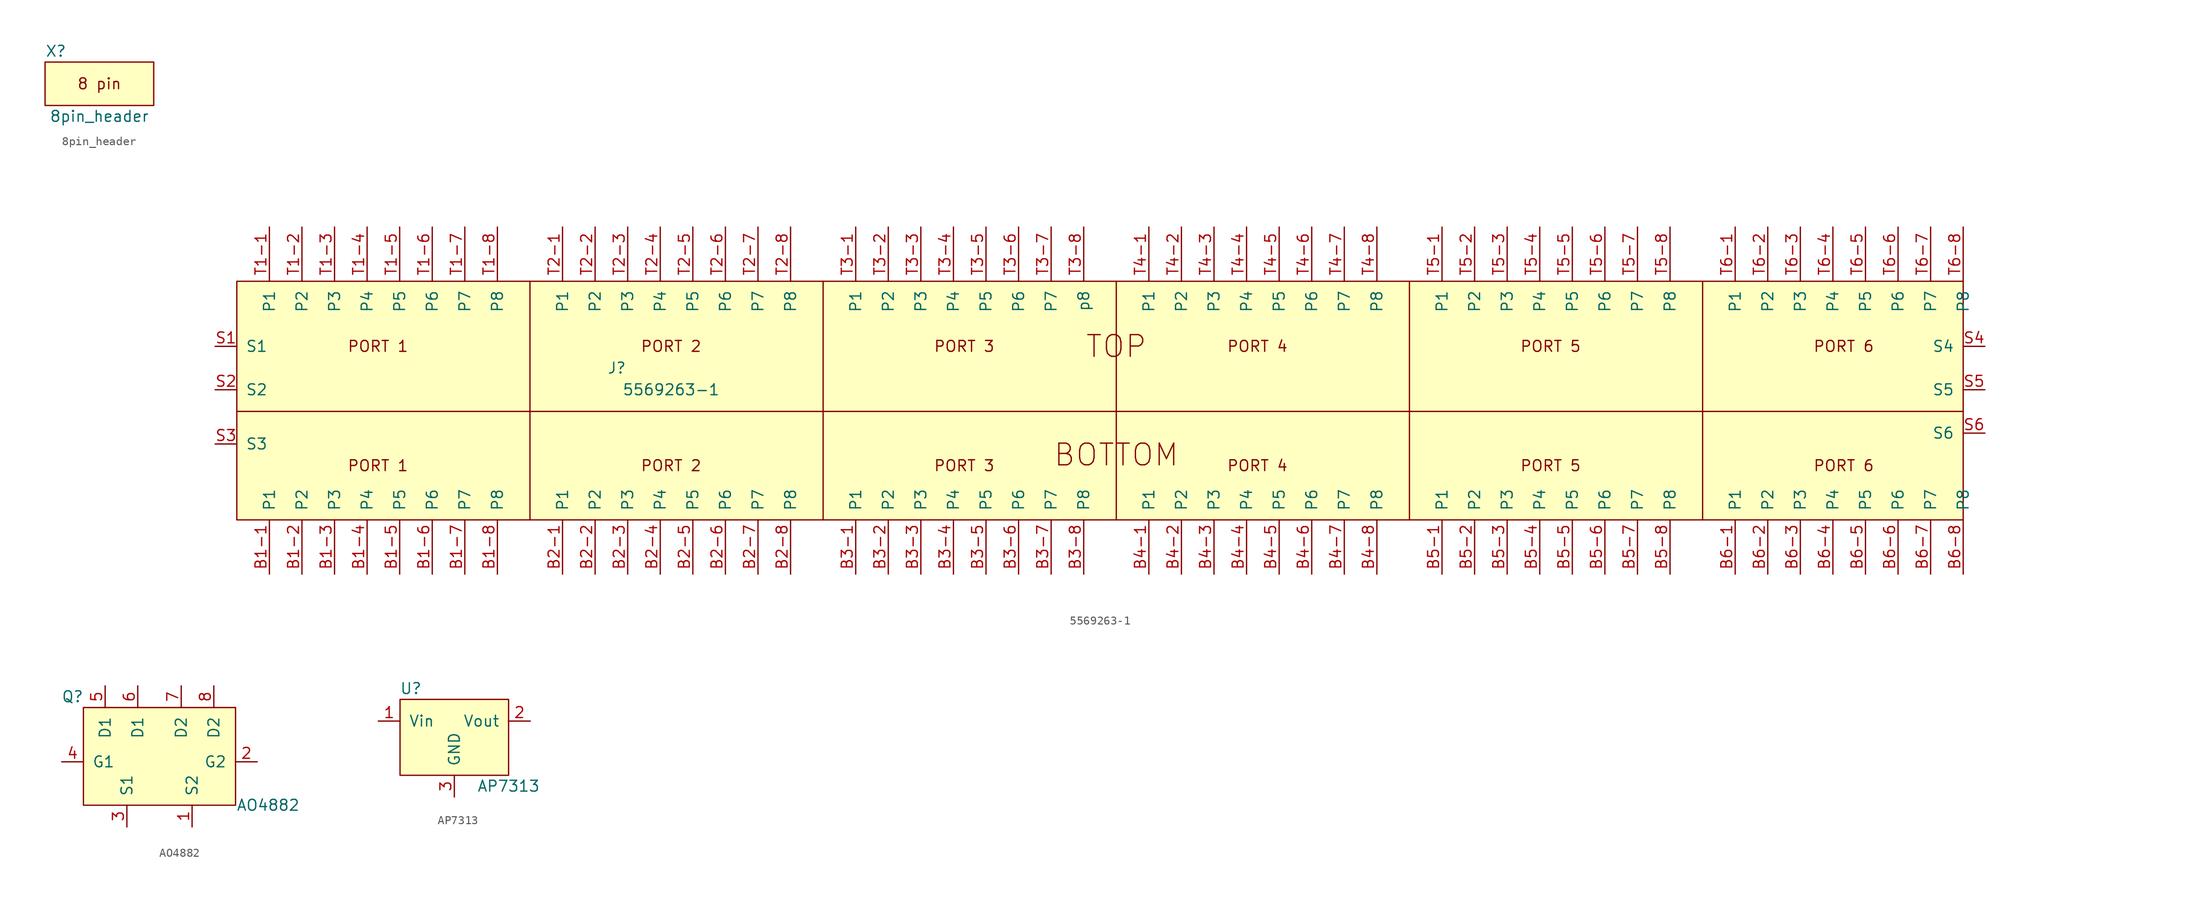
<source format=kicad_sym>
(kicad_symbol_lib
  (version 20220914)
  (generator kicad_symbol_editor)
  (symbol "8pin_header"
    (pin_names
      (offset 1.016))
    (property "Reference" "X"
      (at -5.08 3.81 0)
      (effects (font (size 1.27 1.27))))
    (property "Value" "8pin_header"
      (at 0 -3.81 0)
      (effects (font (size 1.27 1.27))))
    (symbol "8pin_header_0_0"
      (text "8 pin" (at 0 0 0) (effects (font (size 1.27 1.27)))))
    (symbol "8pin_header_0_1"
      (rectangle (start -6.35 -2.54) (end 6.35 2.54) (stroke (width 0) (type default)) (fill (type background)))))
  (symbol "5569263-1"
    (pin_names
      (offset 1.016))
    (property "Reference" "J"
      (at -58.42 5.08 0)
      (effects (font (size 1.27 1.27))))
    (property "Value" "5569263-1"
      (at -52.07 2.54 0)
      (effects (font (size 1.27 1.27))))
    (symbol "5569263-1_0_0"
      (text "BOTTOM" (at 0 -5.08 0) (effects (font (size 2.54 2.54))))
      (text "PORT 1" (at -86.36 -6.35 0) (effects (font (size 1.27 1.27))))
      (text "PORT 1" (at -86.36 7.62 0) (effects (font (size 1.27 1.27))))
      (text "TOP" (at 0 7.62 0) (effects (font (size 2.54 2.54)))))
    (symbol "5569263-1_0_1"
      (rectangle (start -102.87 -12.7) (end 99.06 15.24) (stroke (width 0) (type default)) (fill (type background)))
      (polyline (pts (xy -102.87 0) (xy 99.06 0)) (stroke (width 0) (type default)) (fill (type none)))
      (polyline (pts (xy -68.58 15.24) (xy -68.58 -12.7)) (stroke (width 0) (type default)) (fill (type none)))
      (polyline (pts (xy -34.29 -12.7) (xy -34.29 15.24)) (stroke (width 0) (type default)) (fill (type none)))
      (polyline (pts (xy 0 15.24) (xy 0 -12.7)) (stroke (width 0) (type default)) (fill (type none)))
      (polyline (pts (xy 34.29 -12.7) (xy 34.29 15.24)) (stroke (width 0) (type default)) (fill (type none)))
      (polyline (pts (xy 68.58 15.24) (xy 68.58 -12.7)) (stroke (width 0) (type default)) (fill (type none))))
    (symbol "5569263-1_1_1"
      (text "PORT 2" (at -52.07 -6.35 0) (effects (font (size 1.27 1.27))))
      (text "PORT 2" (at -52.07 7.62 0) (effects (font (size 1.27 1.27))))
      (text "PORT 3" (at -17.78 -6.35 0) (effects (font (size 1.27 1.27))))
      (text "PORT 3" (at -17.78 7.62 0) (effects (font (size 1.27 1.27))))
      (text "PORT 4" (at 16.51 -6.35 0) (effects (font (size 1.27 1.27))))
      (text "PORT 4" (at 16.51 7.62 0) (effects (font (size 1.27 1.27))))
      (text "PORT 5" (at 50.8 -6.35 0) (effects (font (size 1.27 1.27))))
      (text "PORT 5" (at 50.8 7.62 0) (effects (font (size 1.27 1.27))))
      (text "PORT 6" (at 85.09 -6.35 0) (effects (font (size 1.27 1.27))))
      (text "PORT 6" (at 85.09 7.62 0) (effects (font (size 1.27 1.27))))
      (pin bidirectional line (at -99.06 -19.05 90) (length 6.35) (name "P1" (effects (font (size 1.27 1.27)))) (number "B1-1" (effects (font (size 1.27 1.27)))))
      (pin bidirectional line (at -95.25 -19.05 90) (length 6.35) (name "P2" (effects (font (size 1.27 1.27)))) (number "B1-2" (effects (font (size 1.27 1.27)))))
      (pin bidirectional line (at -91.44 -19.05 90) (length 6.35) (name "P3" (effects (font (size 1.27 1.27)))) (number "B1-3" (effects (font (size 1.27 1.27)))))
      (pin bidirectional line (at -87.63 -19.05 90) (length 6.35) (name "P4" (effects (font (size 1.27 1.27)))) (number "B1-4" (effects (font (size 1.27 1.27)))))
      (pin bidirectional line (at -83.82 -19.05 90) (length 6.35) (name "P5" (effects (font (size 1.27 1.27)))) (number "B1-5" (effects (font (size 1.27 1.27)))))
      (pin bidirectional line (at -80.01 -19.05 90) (length 6.35) (name "P6" (effects (font (size 1.27 1.27)))) (number "B1-6" (effects (font (size 1.27 1.27)))))
      (pin bidirectional line (at -76.2 -19.05 90) (length 6.35) (name "P7" (effects (font (size 1.27 1.27)))) (number "B1-7" (effects (font (size 1.27 1.27)))))
      (pin bidirectional line (at -72.39 -19.05 90) (length 6.35) (name "P8" (effects (font (size 1.27 1.27)))) (number "B1-8" (effects (font (size 1.27 1.27)))))
      (pin bidirectional line (at -64.77 -19.05 90) (length 6.35) (name "P1" (effects (font (size 1.27 1.27)))) (number "B2-1" (effects (font (size 1.27 1.27)))))
      (pin bidirectional line (at -60.96 -19.05 90) (length 6.35) (name "P2" (effects (font (size 1.27 1.27)))) (number "B2-2" (effects (font (size 1.27 1.27)))))
      (pin bidirectional line (at -57.15 -19.05 90) (length 6.35) (name "P3" (effects (font (size 1.27 1.27)))) (number "B2-3" (effects (font (size 1.27 1.27)))))
      (pin bidirectional line (at -53.34 -19.05 90) (length 6.35) (name "P4" (effects (font (size 1.27 1.27)))) (number "B2-4" (effects (font (size 1.27 1.27)))))
      (pin bidirectional line (at -49.53 -19.05 90) (length 6.35) (name "P5" (effects (font (size 1.27 1.27)))) (number "B2-5" (effects (font (size 1.27 1.27)))))
      (pin bidirectional line (at -45.72 -19.05 90) (length 6.35) (name "P6" (effects (font (size 1.27 1.27)))) (number "B2-6" (effects (font (size 1.27 1.27)))))
      (pin bidirectional line (at -41.91 -19.05 90) (length 6.35) (name "P7" (effects (font (size 1.27 1.27)))) (number "B2-7" (effects (font (size 1.27 1.27)))))
      (pin bidirectional line (at -38.1 -19.05 90) (length 6.35) (name "P8" (effects (font (size 1.27 1.27)))) (number "B2-8" (effects (font (size 1.27 1.27)))))
      (pin bidirectional line (at -30.48 -19.05 90) (length 6.35) (name "P1" (effects (font (size 1.27 1.27)))) (number "B3-1" (effects (font (size 1.27 1.27)))))
      (pin bidirectional line (at -26.67 -19.05 90) (length 6.35) (name "P2" (effects (font (size 1.27 1.27)))) (number "B3-2" (effects (font (size 1.27 1.27)))))
      (pin bidirectional line (at -22.86 -19.05 90) (length 6.35) (name "P3" (effects (font (size 1.27 1.27)))) (number "B3-3" (effects (font (size 1.27 1.27)))))
      (pin bidirectional line (at -19.05 -19.05 90) (length 6.35) (name "P4" (effects (font (size 1.27 1.27)))) (number "B3-4" (effects (font (size 1.27 1.27)))))
      (pin bidirectional line (at -15.24 -19.05 90) (length 6.35) (name "P5" (effects (font (size 1.27 1.27)))) (number "B3-5" (effects (font (size 1.27 1.27)))))
      (pin bidirectional line (at -11.43 -19.05 90) (length 6.35) (name "P6" (effects (font (size 1.27 1.27)))) (number "B3-6" (effects (font (size 1.27 1.27)))))
      (pin bidirectional line (at -7.62 -19.05 90) (length 6.35) (name "P7" (effects (font (size 1.27 1.27)))) (number "B3-7" (effects (font (size 1.27 1.27)))))
      (pin bidirectional line (at -3.81 -19.05 90) (length 6.35) (name "P8" (effects (font (size 1.27 1.27)))) (number "B3-8" (effects (font (size 1.27 1.27)))))
      (pin bidirectional line (at 3.81 -19.05 90) (length 6.35) (name "P1" (effects (font (size 1.27 1.27)))) (number "B4-1" (effects (font (size 1.27 1.27)))))
      (pin bidirectional line (at 7.62 -19.05 90) (length 6.35) (name "P2" (effects (font (size 1.27 1.27)))) (number "B4-2" (effects (font (size 1.27 1.27)))))
      (pin bidirectional line (at 11.43 -19.05 90) (length 6.35) (name "P3" (effects (font (size 1.27 1.27)))) (number "B4-3" (effects (font (size 1.27 1.27)))))
      (pin bidirectional line (at 15.24 -19.05 90) (length 6.35) (name "P4" (effects (font (size 1.27 1.27)))) (number "B4-4" (effects (font (size 1.27 1.27)))))
      (pin bidirectional line (at 19.05 -19.05 90) (length 6.35) (name "P5" (effects (font (size 1.27 1.27)))) (number "B4-5" (effects (font (size 1.27 1.27)))))
      (pin bidirectional line (at 22.86 -19.05 90) (length 6.35) (name "P6" (effects (font (size 1.27 1.27)))) (number "B4-6" (effects (font (size 1.27 1.27)))))
      (pin bidirectional line (at 26.67 -19.05 90) (length 6.35) (name "P7" (effects (font (size 1.27 1.27)))) (number "B4-7" (effects (font (size 1.27 1.27)))))
      (pin bidirectional line (at 30.48 -19.05 90) (length 6.35) (name "P8" (effects (font (size 1.27 1.27)))) (number "B4-8" (effects (font (size 1.27 1.27)))))
      (pin bidirectional line (at 38.1 -19.05 90) (length 6.35) (name "P1" (effects (font (size 1.27 1.27)))) (number "B5-1" (effects (font (size 1.27 1.27)))))
      (pin bidirectional line (at 41.91 -19.05 90) (length 6.35) (name "P2" (effects (font (size 1.27 1.27)))) (number "B5-2" (effects (font (size 1.27 1.27)))))
      (pin bidirectional line (at 45.72 -19.05 90) (length 6.35) (name "P3" (effects (font (size 1.27 1.27)))) (number "B5-3" (effects (font (size 1.27 1.27)))))
      (pin bidirectional line (at 49.53 -19.05 90) (length 6.35) (name "P4" (effects (font (size 1.27 1.27)))) (number "B5-4" (effects (font (size 1.27 1.27)))))
      (pin bidirectional line (at 53.34 -19.05 90) (length 6.35) (name "P5" (effects (font (size 1.27 1.27)))) (number "B5-5" (effects (font (size 1.27 1.27)))))
      (pin bidirectional line (at 57.15 -19.05 90) (length 6.35) (name "P6" (effects (font (size 1.27 1.27)))) (number "B5-6" (effects (font (size 1.27 1.27)))))
      (pin bidirectional line (at 60.96 -19.05 90) (length 6.35) (name "P7" (effects (font (size 1.27 1.27)))) (number "B5-7" (effects (font (size 1.27 1.27)))))
      (pin bidirectional line (at 64.77 -19.05 90) (length 6.35) (name "P8" (effects (font (size 1.27 1.27)))) (number "B5-8" (effects (font (size 1.27 1.27)))))
      (pin bidirectional line (at 72.39 -19.05 90) (length 6.35) (name "P1" (effects (font (size 1.27 1.27)))) (number "B6-1" (effects (font (size 1.27 1.27)))))
      (pin bidirectional line (at 76.2 -19.05 90) (length 6.35) (name "P2" (effects (font (size 1.27 1.27)))) (number "B6-2" (effects (font (size 1.27 1.27)))))
      (pin bidirectional line (at 80.01 -19.05 90) (length 6.35) (name "P3" (effects (font (size 1.27 1.27)))) (number "B6-3" (effects (font (size 1.27 1.27)))))
      (pin bidirectional line (at 83.82 -19.05 90) (length 6.35) (name "P4" (effects (font (size 1.27 1.27)))) (number "B6-4" (effects (font (size 1.27 1.27)))))
      (pin bidirectional line (at 87.63 -19.05 90) (length 6.35) (name "P5" (effects (font (size 1.27 1.27)))) (number "B6-5" (effects (font (size 1.27 1.27)))))
      (pin bidirectional line (at 91.44 -19.05 90) (length 6.35) (name "P6" (effects (font (size 1.27 1.27)))) (number "B6-6" (effects (font (size 1.27 1.27)))))
      (pin bidirectional line (at 95.25 -19.05 90) (length 6.35) (name "P7" (effects (font (size 1.27 1.27)))) (number "B6-7" (effects (font (size 1.27 1.27)))))
      (pin bidirectional line (at 99.06 -19.05 90) (length 6.35) (name "P8" (effects (font (size 1.27 1.27)))) (number "B6-8" (effects (font (size 1.27 1.27)))))
      (pin bidirectional line (at -105.41 7.62 0) (length 2.54) (name "S1" (effects (font (size 1.27 1.27)))) (number "S1" (effects (font (size 1.27 1.27)))))
      (pin bidirectional line (at -105.41 2.54 0) (length 2.54) (name "S2" (effects (font (size 1.27 1.27)))) (number "S2" (effects (font (size 1.27 1.27)))))
      (pin bidirectional line (at -105.41 -3.81 0) (length 2.54) (name "S3" (effects (font (size 1.27 1.27)))) (number "S3" (effects (font (size 1.27 1.27)))))
      (pin bidirectional line (at 101.6 7.62 180) (length 2.54) (name "S4" (effects (font (size 1.27 1.27)))) (number "S4" (effects (font (size 1.27 1.27)))))
      (pin bidirectional line (at 101.6 2.54 180) (length 2.54) (name "S5" (effects (font (size 1.27 1.27)))) (number "S5" (effects (font (size 1.27 1.27)))))
      (pin bidirectional line (at 101.6 -2.54 180) (length 2.54) (name "S6" (effects (font (size 1.27 1.27)))) (number "S6" (effects (font (size 1.27 1.27)))))
      (pin bidirectional line (at -99.06 21.59 270) (length 6.35) (name "P1" (effects (font (size 1.27 1.27)))) (number "T1-1" (effects (font (size 1.27 1.27)))))
      (pin bidirectional line (at -95.25 21.59 270) (length 6.35) (name "P2" (effects (font (size 1.27 1.27)))) (number "T1-2" (effects (font (size 1.27 1.27)))))
      (pin bidirectional line (at -91.44 21.59 270) (length 6.35) (name "P3" (effects (font (size 1.27 1.27)))) (number "T1-3" (effects (font (size 1.27 1.27)))))
      (pin bidirectional line (at -87.63 21.59 270) (length 6.35) (name "P4" (effects (font (size 1.27 1.27)))) (number "T1-4" (effects (font (size 1.27 1.27)))))
      (pin bidirectional line (at -83.82 21.59 270) (length 6.35) (name "P5" (effects (font (size 1.27 1.27)))) (number "T1-5" (effects (font (size 1.27 1.27)))))
      (pin bidirectional line (at -80.01 21.59 270) (length 6.35) (name "P6" (effects (font (size 1.27 1.27)))) (number "T1-6" (effects (font (size 1.27 1.27)))))
      (pin bidirectional line (at -76.2 21.59 270) (length 6.35) (name "P7" (effects (font (size 1.27 1.27)))) (number "T1-7" (effects (font (size 1.27 1.27)))))
      (pin bidirectional line (at -72.39 21.59 270) (length 6.35) (name "P8" (effects (font (size 1.27 1.27)))) (number "T1-8" (effects (font (size 1.27 1.27)))))
      (pin bidirectional line (at -64.77 21.59 270) (length 6.35) (name "P1" (effects (font (size 1.27 1.27)))) (number "T2-1" (effects (font (size 1.27 1.27)))))
      (pin bidirectional line (at -60.96 21.59 270) (length 6.35) (name "P2" (effects (font (size 1.27 1.27)))) (number "T2-2" (effects (font (size 1.27 1.27)))))
      (pin bidirectional line (at -57.15 21.59 270) (length 6.35) (name "P3" (effects (font (size 1.27 1.27)))) (number "T2-3" (effects (font (size 1.27 1.27)))))
      (pin bidirectional line (at -53.34 21.59 270) (length 6.35) (name "P4" (effects (font (size 1.27 1.27)))) (number "T2-4" (effects (font (size 1.27 1.27)))))
      (pin bidirectional line (at -49.53 21.59 270) (length 6.35) (name "P5" (effects (font (size 1.27 1.27)))) (number "T2-5" (effects (font (size 1.27 1.27)))))
      (pin bidirectional line (at -45.72 21.59 270) (length 6.35) (name "P6" (effects (font (size 1.27 1.27)))) (number "T2-6" (effects (font (size 1.27 1.27)))))
      (pin bidirectional line (at -41.91 21.59 270) (length 6.35) (name "P7" (effects (font (size 1.27 1.27)))) (number "T2-7" (effects (font (size 1.27 1.27)))))
      (pin bidirectional line (at -38.1 21.59 270) (length 6.35) (name "P8" (effects (font (size 1.27 1.27)))) (number "T2-8" (effects (font (size 1.27 1.27)))))
      (pin bidirectional line (at -30.48 21.59 270) (length 6.35) (name "P1" (effects (font (size 1.27 1.27)))) (number "T3-1" (effects (font (size 1.27 1.27)))))
      (pin bidirectional line (at -26.67 21.59 270) (length 6.35) (name "P2" (effects (font (size 1.27 1.27)))) (number "T3-2" (effects (font (size 1.27 1.27)))))
      (pin bidirectional line (at -22.86 21.59 270) (length 6.35) (name "P3" (effects (font (size 1.27 1.27)))) (number "T3-3" (effects (font (size 1.27 1.27)))))
      (pin bidirectional line (at -19.05 21.59 270) (length 6.35) (name "P4" (effects (font (size 1.27 1.27)))) (number "T3-4" (effects (font (size 1.27 1.27)))))
      (pin bidirectional line (at -15.24 21.59 270) (length 6.35) (name "P5" (effects (font (size 1.27 1.27)))) (number "T3-5" (effects (font (size 1.27 1.27)))))
      (pin bidirectional line (at -11.43 21.59 270) (length 6.35) (name "P6" (effects (font (size 1.27 1.27)))) (number "T3-6" (effects (font (size 1.27 1.27)))))
      (pin bidirectional line (at -7.62 21.59 270) (length 6.35) (name "P7" (effects (font (size 1.27 1.27)))) (number "T3-7" (effects (font (size 1.27 1.27)))))
      (pin bidirectional line (at -3.81 21.59 270) (length 6.35) (name "p8" (effects (font (size 1.27 1.27)))) (number "T3-8" (effects (font (size 1.27 1.27)))))
      (pin bidirectional line (at 3.81 21.59 270) (length 6.35) (name "P1" (effects (font (size 1.27 1.27)))) (number "T4-1" (effects (font (size 1.27 1.27)))))
      (pin bidirectional line (at 7.62 21.59 270) (length 6.35) (name "P2" (effects (font (size 1.27 1.27)))) (number "T4-2" (effects (font (size 1.27 1.27)))))
      (pin bidirectional line (at 11.43 21.59 270) (length 6.35) (name "P3" (effects (font (size 1.27 1.27)))) (number "T4-3" (effects (font (size 1.27 1.27)))))
      (pin bidirectional line (at 15.24 21.59 270) (length 6.35) (name "P4" (effects (font (size 1.27 1.27)))) (number "T4-4" (effects (font (size 1.27 1.27)))))
      (pin bidirectional line (at 19.05 21.59 270) (length 6.35) (name "P5" (effects (font (size 1.27 1.27)))) (number "T4-5" (effects (font (size 1.27 1.27)))))
      (pin bidirectional line (at 22.86 21.59 270) (length 6.35) (name "P6" (effects (font (size 1.27 1.27)))) (number "T4-6" (effects (font (size 1.27 1.27)))))
      (pin bidirectional line (at 26.67 21.59 270) (length 6.35) (name "P7" (effects (font (size 1.27 1.27)))) (number "T4-7" (effects (font (size 1.27 1.27)))))
      (pin bidirectional line (at 30.48 21.59 270) (length 6.35) (name "P8" (effects (font (size 1.27 1.27)))) (number "T4-8" (effects (font (size 1.27 1.27)))))
      (pin bidirectional line (at 38.1 21.59 270) (length 6.35) (name "P1" (effects (font (size 1.27 1.27)))) (number "T5-1" (effects (font (size 1.27 1.27)))))
      (pin bidirectional line (at 41.91 21.59 270) (length 6.35) (name "P2" (effects (font (size 1.27 1.27)))) (number "T5-2" (effects (font (size 1.27 1.27)))))
      (pin bidirectional line (at 45.72 21.59 270) (length 6.35) (name "P3" (effects (font (size 1.27 1.27)))) (number "T5-3" (effects (font (size 1.27 1.27)))))
      (pin bidirectional line (at 49.53 21.59 270) (length 6.35) (name "P4" (effects (font (size 1.27 1.27)))) (number "T5-4" (effects (font (size 1.27 1.27)))))
      (pin bidirectional line (at 53.34 21.59 270) (length 6.35) (name "P5" (effects (font (size 1.27 1.27)))) (number "T5-5" (effects (font (size 1.27 1.27)))))
      (pin bidirectional line (at 57.15 21.59 270) (length 6.35) (name "P6" (effects (font (size 1.27 1.27)))) (number "T5-6" (effects (font (size 1.27 1.27)))))
      (pin bidirectional line (at 60.96 21.59 270) (length 6.35) (name "P7" (effects (font (size 1.27 1.27)))) (number "T5-7" (effects (font (size 1.27 1.27)))))
      (pin bidirectional line (at 64.77 21.59 270) (length 6.35) (name "P8" (effects (font (size 1.27 1.27)))) (number "T5-8" (effects (font (size 1.27 1.27)))))
      (pin bidirectional line (at 72.39 21.59 270) (length 6.35) (name "P1" (effects (font (size 1.27 1.27)))) (number "T6-1" (effects (font (size 1.27 1.27)))))
      (pin bidirectional line (at 76.2 21.59 270) (length 6.35) (name "P2" (effects (font (size 1.27 1.27)))) (number "T6-2" (effects (font (size 1.27 1.27)))))
      (pin bidirectional line (at 80.01 21.59 270) (length 6.35) (name "P3" (effects (font (size 1.27 1.27)))) (number "T6-3" (effects (font (size 1.27 1.27)))))
      (pin bidirectional line (at 83.82 21.59 270) (length 6.35) (name "P4" (effects (font (size 1.27 1.27)))) (number "T6-4" (effects (font (size 1.27 1.27)))))
      (pin bidirectional line (at 87.63 21.59 270) (length 6.35) (name "P5" (effects (font (size 1.27 1.27)))) (number "T6-5" (effects (font (size 1.27 1.27)))))
      (pin bidirectional line (at 91.44 21.59 270) (length 6.35) (name "P6" (effects (font (size 1.27 1.27)))) (number "T6-6" (effects (font (size 1.27 1.27)))))
      (pin bidirectional line (at 95.25 21.59 270) (length 6.35) (name "P7" (effects (font (size 1.27 1.27)))) (number "T6-7" (effects (font (size 1.27 1.27)))))
      (pin bidirectional line (at 99.06 21.59 270) (length 6.35) (name "P8" (effects (font (size 1.27 1.27)))) (number "T6-8" (effects (font (size 1.27 1.27)))))))
  (symbol "AO4882"
    (pin_names
      (offset 1.016))
    (property "Reference" "Q"
      (at -10.16 7.62 0)
      (effects (font (size 1.27 1.27))))
    (property "Value" "AO4882"
      (at 12.7 -5.08 0)
      (effects (font (size 1.27 1.27))))
    (symbol "AO4882_0_1"
      (rectangle (start -8.89 6.35) (end 8.89 -5.08) (stroke (width 0) (type default)) (fill (type background))))
    (symbol "AO4882_1_1"
      (pin input line (at 3.81 -7.62 90) (length 2.54) (name "S2" (effects (font (size 1.27 1.27)))) (number "1" (effects (font (size 1.27 1.27)))))
      (pin input line (at 11.43 0 180) (length 2.54) (name "G2" (effects (font (size 1.27 1.27)))) (number "2" (effects (font (size 1.27 1.27)))))
      (pin input line (at -3.81 -7.62 90) (length 2.54) (name "S1" (effects (font (size 1.27 1.27)))) (number "3" (effects (font (size 1.27 1.27)))))
      (pin input line (at -11.43 0 0) (length 2.54) (name "G1" (effects (font (size 1.27 1.27)))) (number "4" (effects (font (size 1.27 1.27)))))
      (pin input line (at -6.35 8.89 270) (length 2.54) (name "D1" (effects (font (size 1.27 1.27)))) (number "5" (effects (font (size 1.27 1.27)))))
      (pin input line (at -2.54 8.89 270) (length 2.54) (name "D1" (effects (font (size 1.27 1.27)))) (number "6" (effects (font (size 1.27 1.27)))))
      (pin input line (at 2.54 8.89 270) (length 2.54) (name "D2" (effects (font (size 1.27 1.27)))) (number "7" (effects (font (size 1.27 1.27)))))
      (pin input line (at 6.35 8.89 270) (length 2.54) (name "D2" (effects (font (size 1.27 1.27)))) (number "8" (effects (font (size 1.27 1.27)))))))
  (symbol "AP7313"
    (pin_names
      (offset 1.016))
    (property "Reference" "U"
      (at -5.08 6.35 0)
      (effects (font (size 1.27 1.27))))
    (property "Value" "AP7313"
      (at 6.35 -5.08 0)
      (effects (font (size 1.27 1.27))))
    (symbol "AP7313_0_1"
      (rectangle (start -6.35 5.08) (end 6.35 -3.81) (stroke (width 0) (type default)) (fill (type background))))
    (symbol "AP7313_1_1"
      (pin input line (at -8.89 2.54 0) (length 2.54) (name "Vin" (effects (font (size 1.27 1.27)))) (number "1" (effects (font (size 1.27 1.27)))))
      (pin input line (at 8.89 2.54 180) (length 2.54) (name "Vout" (effects (font (size 1.27 1.27)))) (number "2" (effects (font (size 1.27 1.27)))))
      (pin input line (at 0 -6.35 90) (length 2.54) (name "GND" (effects (font (size 1.27 1.27)))) (number "3" (effects (font (size 1.27 1.27))))))))
</source>
